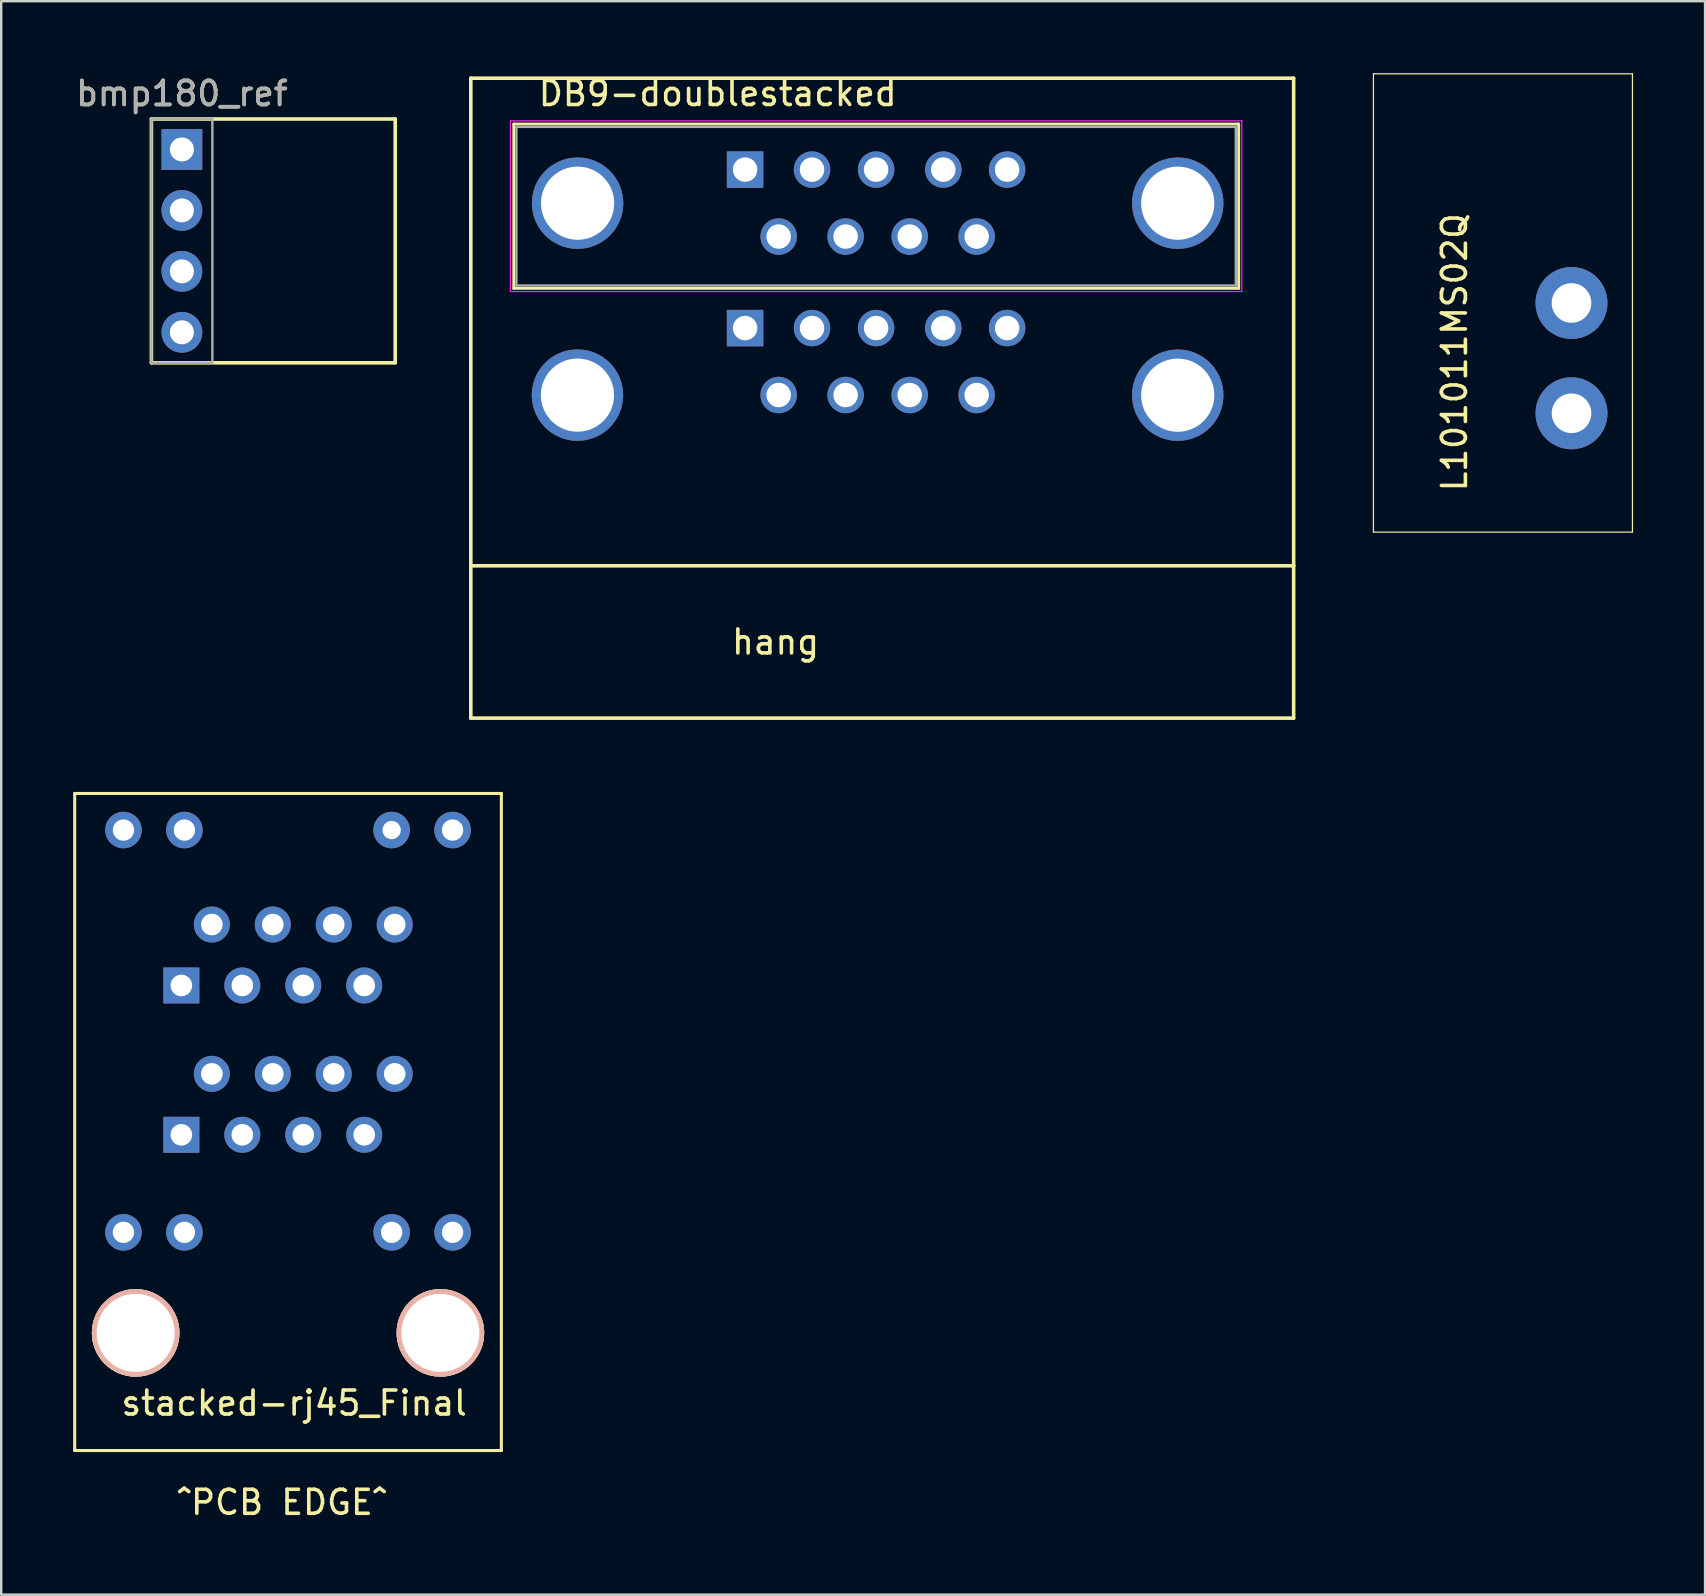
<source format=kicad_pcb>
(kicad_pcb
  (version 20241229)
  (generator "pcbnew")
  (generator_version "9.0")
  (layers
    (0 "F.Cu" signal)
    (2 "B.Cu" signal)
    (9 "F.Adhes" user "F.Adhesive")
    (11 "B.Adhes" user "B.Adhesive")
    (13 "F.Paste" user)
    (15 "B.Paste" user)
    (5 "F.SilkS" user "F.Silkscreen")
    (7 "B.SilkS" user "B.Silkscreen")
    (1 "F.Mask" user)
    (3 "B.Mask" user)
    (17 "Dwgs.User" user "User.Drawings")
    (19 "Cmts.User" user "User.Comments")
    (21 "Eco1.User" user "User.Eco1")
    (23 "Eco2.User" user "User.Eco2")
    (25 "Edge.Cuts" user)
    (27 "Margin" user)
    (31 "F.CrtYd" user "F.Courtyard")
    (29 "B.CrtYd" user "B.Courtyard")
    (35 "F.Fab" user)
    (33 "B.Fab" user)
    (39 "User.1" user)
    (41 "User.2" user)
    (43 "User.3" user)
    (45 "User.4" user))
  (footprint "L101011MS02Q"
    (layer "F.Cu")
    (at 54.185 19.126)
    (property "Reference" "L101011MS02Q" (at 3.378 -7.493 90) (layer "F.SilkS") (effects (font (size 1 1) (thickness 0.15))))
    (attr through_hole)
    (fp_line (start 0 -19.101) (end 10.795 -19.101) (stroke (width 0.051) (type solid)) (layer "F.SilkS"))
    (fp_line (start 0 0) (end 0 -19.101) (stroke (width 0.051) (type solid)) (layer "F.SilkS"))
    (fp_line (start 0 0) (end 10.795 0) (stroke (width 0.051) (type solid)) (layer "F.SilkS"))
    (fp_line (start 10.795 0) (end 10.795 -19.101) (stroke (width 0.051) (type solid)) (layer "F.SilkS"))
    (pad "1" thru_hole circle (at 8.255 -4.953) (size 3 3) (drill 1.651) (layers "*.Cu" "*.Mask"))
    (pad "2" thru_hole circle (at 8.255 -9.55) (size 3 3) (drill 1.651) (layers "*.Cu" "*.Mask")))
  (footprint "stacked-rj45_Final"
    (layer "F.Cu")
    (at 4.508 44.241)
    (property "Reference" "stacked-rj45_Final" (at 4.7 11.18 0) (layer "F.SilkS") (effects (font (size 1 1) (thickness 0.15))))
    (attr through_hole)
    (fp_line (start -4.445 -14.224) (end -4.445 13.157) (stroke (width 0.127) (type solid)) (layer "F.SilkS"))
    (fp_line (start -4.445 -14.224) (end 13.335 -14.224) (stroke (width 0.127) (type solid)) (layer "F.SilkS"))
    (fp_line (start -4.445 13.157) (end 13.335 13.157) (stroke (width 0.127) (type solid)) (layer "F.SilkS"))
    (fp_line (start 13.335 -14.224) (end 13.335 13.157) (stroke (width 0.127) (type solid)) (layer "F.SilkS"))
    (fp_text user "^PCB EDGE^" (at 4.191 15.316 0) (layer "F.SilkS") (effects (font (size 1 1) (thickness 0.15))))
    (pad "" np_thru_hole circle (at -1.905 8.255) (size 3.65 3.65) (drill 3.25) (layers "*.Cu" "*.SilkS" "*.Mask"))
    (pad "" np_thru_hole circle (at 10.795 8.255) (size 3.65 3.65) (drill 3.25) (layers "*.Cu" "*.SilkS" "*.Mask"))
    (pad "1" thru_hole rect (at 0 0) (size 1.5 1.5) (drill 0.9) (layers "*.Cu" "*.Mask"))
    (pad "2" thru_hole circle (at 1.27 -2.54) (size 1.5 1.5) (drill 0.9) (layers "*.Cu" "*.Mask"))
    (pad "3" thru_hole circle (at 2.54 0) (size 1.5 1.5) (drill 0.9) (layers "*.Cu" "*.Mask"))
    (pad "4" thru_hole circle (at 3.81 -2.54) (size 1.5 1.5) (drill 0.9) (layers "*.Cu" "*.Mask"))
    (pad "5" thru_hole circle (at 5.08 0) (size 1.5 1.5) (drill 0.9) (layers "*.Cu" "*.Mask"))
    (pad "6" thru_hole circle (at 6.35 -2.54) (size 1.5 1.5) (drill 0.9) (layers "*.Cu" "*.Mask"))
    (pad "7" thru_hole circle (at 7.62 0) (size 1.5 1.5) (drill 0.9) (layers "*.Cu" "*.Mask"))
    (pad "8" thru_hole circle (at 8.89 -2.54) (size 1.5 1.5) (drill 0.9) (layers "*.Cu" "*.Mask"))
    (pad "9" thru_hole circle (at 8.89 -8.763) (size 1.5 1.5) (drill 0.9) (layers "*.Cu" "*.Mask"))
    (pad "10" thru_hole circle (at 7.62 -6.223) (size 1.5 1.5) (drill 0.9) (layers "*.Cu" "*.Mask"))
    (pad "11" thru_hole circle (at 6.35 -8.763) (size 1.5 1.5) (drill 0.9) (layers "*.Cu" "*.Mask"))
    (pad "12" thru_hole circle (at 5.08 -6.223) (size 1.5 1.5) (drill 0.9) (layers "*.Cu" "*.Mask"))
    (pad "13" thru_hole circle (at 3.81 -8.763) (size 1.5 1.5) (drill 0.9) (layers "*.Cu" "*.Mask"))
    (pad "14" thru_hole circle (at 2.54 -6.223) (size 1.5 1.5) (drill 0.9) (layers "*.Cu" "*.Mask"))
    (pad "15" thru_hole circle (at 1.27 -8.763) (size 1.5 1.5) (drill 0.9) (layers "*.Cu" "*.Mask"))
    (pad "16" thru_hole rect (at 0 -6.223) (size 1.5 1.5) (drill 0.9) (layers "*.Cu" "*.Mask"))
    (pad "17" thru_hole circle (at -2.413 -12.7) (size 1.524 1.524) (drill 0.889) (layers "*.Cu" "*.Mask"))
    (pad "18" thru_hole circle (at 0.127 -12.7) (size 1.524 1.524) (drill 0.889) (layers "*.Cu" "*.Mask"))
    (pad "19" thru_hole circle (at 8.763 -12.7) (size 1.524 1.524) (drill 0.762) (layers "*.Cu" "*.Mask"))
    (pad "20" thru_hole circle (at 11.303 -12.7) (size 1.524 1.524) (drill 0.889) (layers "*.Cu" "*.Mask"))
    (pad "21" thru_hole circle (at -2.413 4.064) (size 1.524 1.524) (drill 0.889) (layers "*.Cu" "*.Mask"))
    (pad "22" thru_hole circle (at 0.127 4.064) (size 1.524 1.524) (drill 0.889) (layers "*.Cu" "*.Mask"))
    (pad "23" thru_hole circle (at 8.763 4.064) (size 1.524 1.524) (drill 0.889) (layers "*.Cu" "*.Mask"))
    (pad "24" thru_hole circle (at 11.303 4.064) (size 1.524 1.524) (drill 0.889) (layers "*.Cu" "*.Mask")))
  (footprint "bmp180_ref"
    (layer "F.Cu")
    (at 4.53 3.178)
    (property "Reference" "bmp180_ref" (at 0 -2.33 0) (layer "F.SilkS") (effects (font (size 1 1) (thickness 0.15))))
    (attr through_hole)
    (fp_line (start -1.27 -1.27) (end -1.27 8.89) (stroke (width 0.15) (type solid)) (layer "F.SilkS"))
    (fp_line (start -1.27 -1.27) (end 8.89 -1.27) (stroke (width 0.15) (type solid)) (layer "F.SilkS"))
    (fp_line (start -1.27 8.89) (end 8.89 8.89) (stroke (width 0.15) (type solid)) (layer "F.SilkS"))
    (fp_line (start 8.89 -1.27) (end 8.89 8.89) (stroke (width 0.15) (type solid)) (layer "F.SilkS"))
    (fp_line (start -1.27 -1.27) (end -1.27 8.89) (stroke (width 0.1) (type solid)) (layer "F.Fab"))
    (fp_line (start -1.27 8.89) (end 1.27 8.89) (stroke (width 0.1) (type solid)) (layer "F.Fab"))
    (fp_line (start 1.27 -1.27) (end -1.27 -1.27) (stroke (width 0.1) (type solid)) (layer "F.Fab"))
    (fp_line (start 1.27 8.89) (end 1.27 -1.27) (stroke (width 0.1) (type solid)) (layer "F.Fab"))
    (fp_text user "${REFERENCE}" (at 0 -2.33 0) (layer "F.Fab") (effects (font (size 1 1) (thickness 0.15))))
    (pad "1" thru_hole rect (at 0 0) (size 1.7 1.7) (drill 1) (layers "*.Cu" "*.Mask"))
    (pad "2" thru_hole oval (at 0 2.54) (size 1.7 1.7) (drill 1) (layers "*.Cu" "*.Mask"))
    (pad "3" thru_hole oval (at 0 5.08) (size 1.7 1.7) (drill 1) (layers "*.Cu" "*.Mask"))
    (pad "4" thru_hole oval (at 0 7.62) (size 1.7 1.7) (drill 1) (layers "*.Cu" "*.Mask")))
  (footprint "DB9-doublestacked"
    (layer "F.Cu")
    (at 28 4.018)
    (property "Reference" "DB9-doublestacked" (at -1.14 -3.17 0) (layer "F.SilkS") (effects (font (size 1 1) (thickness 0.15))))
    (attr through_hole)
    (fp_line (start -11.43 -3.81) (end 22.86 -3.81) (stroke (width 0.15) (type solid)) (layer "F.SilkS"))
    (fp_line (start -11.43 16.51) (end -11.43 -3.81) (stroke (width 0.15) (type solid)) (layer "F.SilkS"))
    (fp_line (start -11.43 22.86) (end -11.43 16.51) (stroke (width 0.15) (type solid)) (layer "F.SilkS"))
    (fp_line (start -9.64 -1.9) (end -9.64 4.95) (stroke (width 0.12) (type solid)) (layer "F.SilkS"))
    (fp_line (start -9.64 -1.9) (end 20.57 -1.9) (stroke (width 0.12) (type solid)) (layer "F.SilkS"))
    (fp_line (start 20.57 4.95) (end -9.64 4.95) (stroke (width 0.12) (type solid)) (layer "F.SilkS"))
    (fp_line (start 20.57 4.95) (end 20.57 -1.9) (stroke (width 0.12) (type solid)) (layer "F.SilkS"))
    (fp_line (start 22.86 -3.81) (end 22.86 16.51) (stroke (width 0.15) (type solid)) (layer "F.SilkS"))
    (fp_line (start 22.86 16.51) (end -11.43 16.51) (stroke (width 0.15) (type solid)) (layer "F.SilkS"))
    (fp_line (start 22.86 16.51) (end 22.86 22.86) (stroke (width 0.15) (type solid)) (layer "F.SilkS"))
    (fp_line (start 22.86 22.86) (end -11.43 22.86) (stroke (width 0.15) (type solid)) (layer "F.SilkS"))
    (fp_line (start -9.78 -2.03) (end -9.78 5.08) (stroke (width 0.05) (type solid)) (layer "F.CrtYd"))
    (fp_line (start -9.78 -2.03) (end 20.7 -2.03) (stroke (width 0.05) (type solid)) (layer "F.CrtYd"))
    (fp_line (start 20.7 5.08) (end -9.78 5.08) (stroke (width 0.05) (type solid)) (layer "F.CrtYd"))
    (fp_line (start 20.7 5.08) (end 20.7 -2.03) (stroke (width 0.05) (type solid)) (layer "F.CrtYd"))
    (fp_line (start -9.53 -1.78) (end -9.53 4.83) (stroke (width 0.1) (type solid)) (layer "F.Fab"))
    (fp_line (start -9.53 4.83) (end 20.45 4.83) (stroke (width 0.1) (type solid)) (layer "F.Fab"))
    (fp_line (start 20.45 -1.78) (end -9.53 -1.78) (stroke (width 0.1) (type solid)) (layer "F.Fab"))
    (fp_line (start 20.45 4.83) (end 20.45 -1.78) (stroke (width 0.1) (type solid)) (layer "F.Fab"))
    (fp_text user "hang" (at 1.27 19.685 0) (layer "F.SilkS") (effects (font (size 1 1) (thickness 0.15))))
    (pad "0" thru_hole circle (at -6.985 9.398) (size 3.81 3.81) (drill 3.05) (layers "*.Cu" "*.Mask"))
    (pad "0" thru_hole circle (at -6.98 1.4) (size 3.81 3.81) (drill 3.05) (layers "*.Cu" "*.Mask"))
    (pad "0" thru_hole circle (at 18.03 1.4) (size 3.81 3.81) (drill 3.05) (layers "*.Cu" "*.Mask"))
    (pad "0" thru_hole circle (at 18.03 9.401) (size 3.81 3.81) (drill 3.05) (layers "*.Cu" "*.Mask"))
    (pad "1" thru_hole rect (at 0 0) (size 1.52 1.52) (drill 1.02) (layers "*.Cu" "*.Mask"))
    (pad "2" thru_hole circle (at 2.79 0) (size 1.52 1.52) (drill 1.02) (layers "*.Cu" "*.Mask"))
    (pad "3" thru_hole circle (at 5.46 0) (size 1.52 1.52) (drill 1.02) (layers "*.Cu" "*.Mask"))
    (pad "4" thru_hole circle (at 8.26 0) (size 1.52 1.52) (drill 1.02) (layers "*.Cu" "*.Mask"))
    (pad "5" thru_hole circle (at 10.92 0) (size 1.52 1.52) (drill 1.02) (layers "*.Cu" "*.Mask"))
    (pad "6" thru_hole circle (at 1.4 2.79) (size 1.52 1.52) (drill 1.02) (layers "*.Cu" "*.Mask"))
    (pad "7" thru_hole circle (at 4.19 2.79) (size 1.52 1.52) (drill 1.02) (layers "*.Cu" "*.Mask"))
    (pad "8" thru_hole circle (at 6.86 2.79) (size 1.52 1.52) (drill 1.02) (layers "*.Cu" "*.Mask"))
    (pad "9" thru_hole circle (at 9.65 2.79) (size 1.52 1.52) (drill 1.02) (layers "*.Cu" "*.Mask"))
    (pad "10" thru_hole rect (at 0 6.604) (size 1.52 1.52) (drill 1.02) (layers "*.Cu" "*.Mask"))
    (pad "11" thru_hole circle (at 2.79 6.604) (size 1.52 1.52) (drill 1.02) (layers "*.Cu" "*.Mask"))
    (pad "12" thru_hole circle (at 5.46 6.604) (size 1.52 1.52) (drill 1.02) (layers "*.Cu" "*.Mask"))
    (pad "13" thru_hole circle (at 8.26 6.604) (size 1.52 1.52) (drill 1.02) (layers "*.Cu" "*.Mask"))
    (pad "14" thru_hole circle (at 10.92 6.604) (size 1.52 1.52) (drill 1.02) (layers "*.Cu" "*.Mask"))
    (pad "15" thru_hole circle (at 1.4 9.394) (size 1.52 1.52) (drill 1.02) (layers "*.Cu" "*.Mask"))
    (pad "16" thru_hole circle (at 4.19 9.394) (size 1.52 1.52) (drill 1.02) (layers "*.Cu" "*.Mask"))
    (pad "17" thru_hole circle (at 6.86 9.394) (size 1.52 1.52) (drill 1.02) (layers "*.Cu" "*.Mask"))
    (pad "18" thru_hole circle (at 9.65 9.394) (size 1.52 1.52) (drill 1.02) (layers "*.Cu" "*.Mask")))
  (gr_rect
    (start -3 -3)
    (end 68.005 63.405)
    (stroke (width 0.1) (type default))
    (fill no)
    (layer "Edge.Cuts")))
</source>
